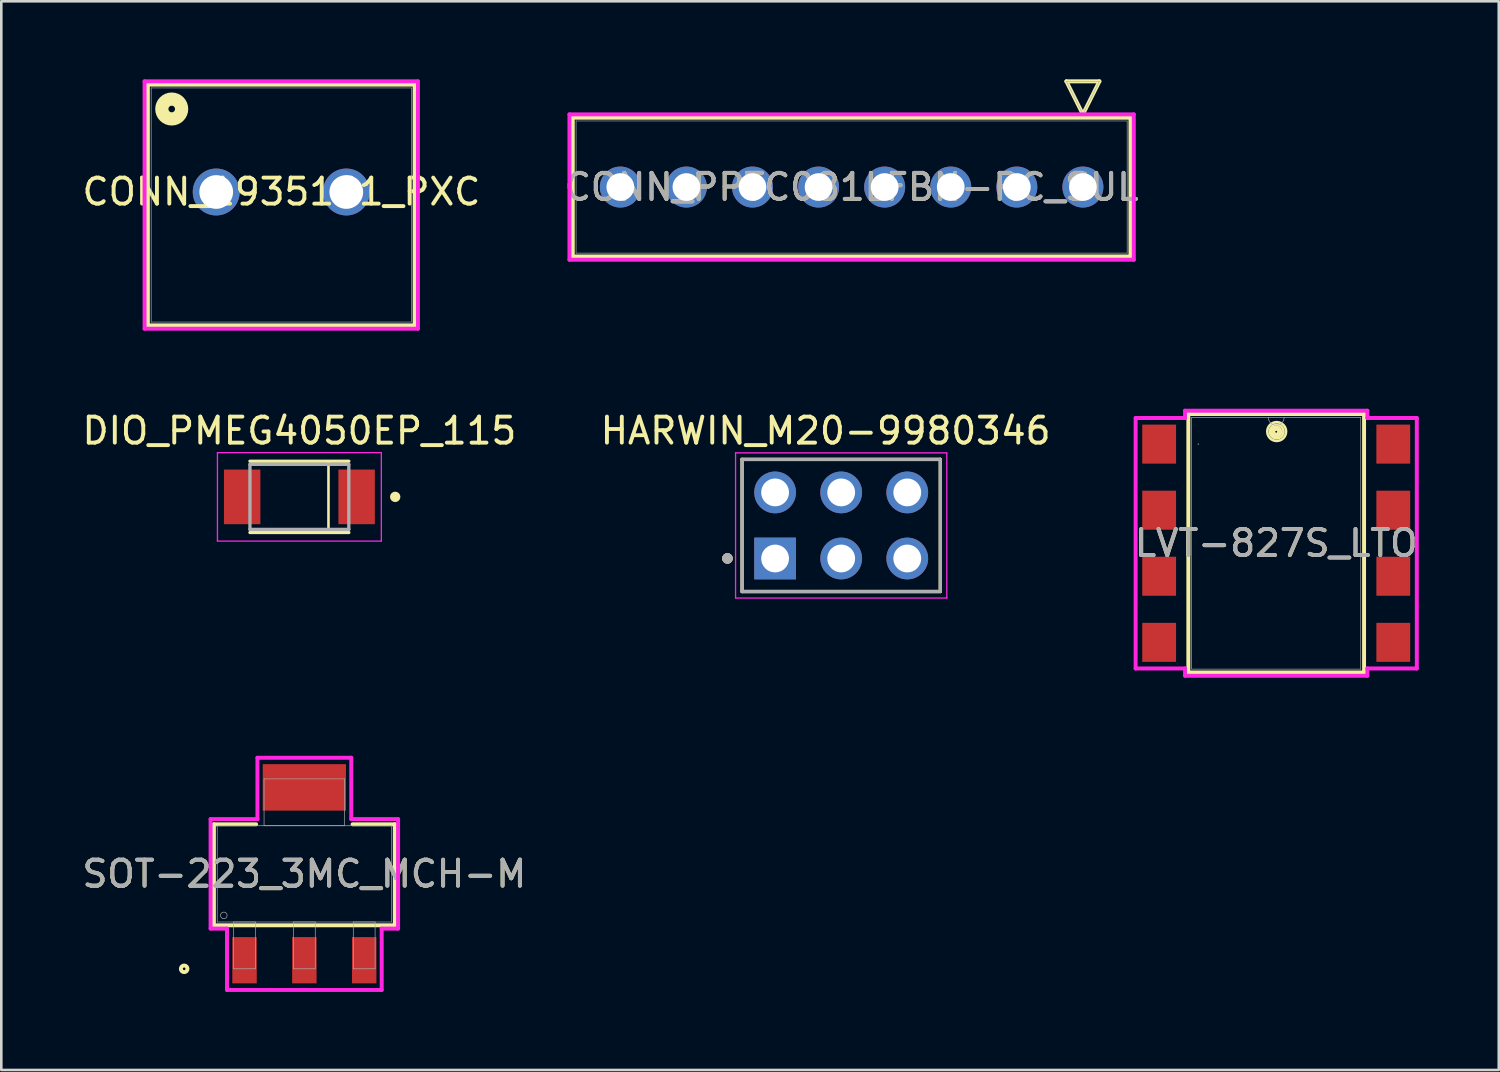
<source format=kicad_pcb>
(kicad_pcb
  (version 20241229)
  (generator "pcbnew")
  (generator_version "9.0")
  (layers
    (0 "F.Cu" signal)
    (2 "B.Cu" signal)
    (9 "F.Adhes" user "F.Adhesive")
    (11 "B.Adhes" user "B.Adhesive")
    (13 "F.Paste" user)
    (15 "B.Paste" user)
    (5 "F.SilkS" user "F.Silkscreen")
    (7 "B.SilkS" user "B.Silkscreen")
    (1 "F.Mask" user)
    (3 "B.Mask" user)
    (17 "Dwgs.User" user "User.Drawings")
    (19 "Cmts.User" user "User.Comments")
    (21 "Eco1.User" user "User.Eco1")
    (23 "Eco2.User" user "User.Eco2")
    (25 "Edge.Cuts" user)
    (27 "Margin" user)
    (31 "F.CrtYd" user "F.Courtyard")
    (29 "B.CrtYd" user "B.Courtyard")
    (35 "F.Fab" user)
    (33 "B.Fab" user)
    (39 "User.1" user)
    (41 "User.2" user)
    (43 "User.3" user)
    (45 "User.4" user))
  (footprint "CONN_PPTC081LFBN-RC_SUL"
    (layer "F.Cu")
    (at 38.575 4.14)
    (property "Reference" "CONN_PPTC081LFBN-RC_SUL" (at -8.89 0 0) (unlocked yes) (layer "F.SilkS") (effects (font (size 1 1) (thickness 0.15))))
    (attr through_hole)
    (fp_line (start -19.609 -2.667) (end -19.609 2.667) (stroke (width 0.152) (type solid)) (layer "F.SilkS"))
    (fp_line (start -19.609 2.667) (end 1.829 2.667) (stroke (width 0.152) (type solid)) (layer "F.SilkS"))
    (fp_line (start -0.635 -4.064) (end 0.635 -4.064) (stroke (width 0.152) (type solid)) (layer "F.SilkS"))
    (fp_line (start 0 -2.794) (end -0.635 -4.064) (stroke (width 0.152) (type solid)) (layer "F.SilkS"))
    (fp_line (start 0.635 -4.064) (end 0 -2.794) (stroke (width 0.152) (type solid)) (layer "F.SilkS"))
    (fp_line (start 1.829 -2.667) (end -19.609 -2.667) (stroke (width 0.152) (type solid)) (layer "F.SilkS"))
    (fp_line (start 1.829 2.667) (end 1.829 -2.667) (stroke (width 0.152) (type solid)) (layer "F.SilkS"))
    (fp_line (start -19.736 -2.794) (end -19.736 2.794) (stroke (width 0.152) (type solid)) (layer "F.CrtYd"))
    (fp_line (start -19.736 2.794) (end 1.956 2.794) (stroke (width 0.152) (type solid)) (layer "F.CrtYd"))
    (fp_line (start 1.956 -2.794) (end -19.736 -2.794) (stroke (width 0.152) (type solid)) (layer "F.CrtYd"))
    (fp_line (start 1.956 2.794) (end 1.956 -2.794) (stroke (width 0.152) (type solid)) (layer "F.CrtYd"))
    (fp_line (start -19.482 -2.54) (end -19.482 2.54) (stroke (width 0.025) (type solid)) (layer "F.Fab"))
    (fp_line (start -19.482 2.54) (end 1.702 2.54) (stroke (width 0.025) (type solid)) (layer "F.Fab"))
    (fp_line (start -0.635 -4.064) (end 0.635 -4.064) (stroke (width 0.025) (type solid)) (layer "F.Fab"))
    (fp_line (start 0 -2.794) (end -0.635 -4.064) (stroke (width 0.025) (type solid)) (layer "F.Fab"))
    (fp_line (start 0.635 -4.064) (end 0 -2.794) (stroke (width 0.025) (type solid)) (layer "F.Fab"))
    (fp_line (start 1.702 -2.54) (end -19.482 -2.54) (stroke (width 0.025) (type solid)) (layer "F.Fab"))
    (fp_line (start 1.702 2.54) (end 1.702 -2.54) (stroke (width 0.025) (type solid)) (layer "F.Fab"))
    (fp_text user "${REFERENCE}" (at -8.89 0 0) (unlocked yes) (layer "F.Fab") (effects (font (size 1 1) (thickness 0.15))))
    (pad "1" thru_hole circle (at 0 0) (size 1.575 1.575) (drill 1.067) (layers "*.Cu" "*.Mask"))
    (pad "2" thru_hole circle (at -2.54 0) (size 1.575 1.575) (drill 1.067) (layers "*.Cu" "*.Mask"))
    (pad "3" thru_hole circle (at -5.08 0) (size 1.575 1.575) (drill 1.067) (layers "*.Cu" "*.Mask"))
    (pad "4" thru_hole circle (at -7.62 0) (size 1.575 1.575) (drill 1.067) (layers "*.Cu" "*.Mask"))
    (pad "5" thru_hole circle (at -10.16 0) (size 1.575 1.575) (drill 1.067) (layers "*.Cu" "*.Mask"))
    (pad "6" thru_hole circle (at -12.7 0) (size 1.575 1.575) (drill 1.067) (layers "*.Cu" "*.Mask"))
    (pad "7" thru_hole circle (at -15.24 0) (size 1.575 1.575) (drill 1.067) (layers "*.Cu" "*.Mask"))
    (pad "8" thru_hole circle (at -17.78 0) (size 1.575 1.575) (drill 1.067) (layers "*.Cu" "*.Mask")))
  (footprint "SOT-223_3MC_MCH-M"
    (layer "F.Cu")
    (at 8.649 30.54)
    (property "Reference" "SOT-223_3MC_MCH-M" (at 0 0 0) (unlocked yes) (layer "F.SilkS") (effects (font (size 1 1) (thickness 0.15))))
    (attr smd)
    (fp_poly (pts (xy 1.626 -4.26) (xy -1.626 -4.234) (xy -1.626 -2.431) (xy 1.626 -2.456)) (stroke (width 0) (type solid)) (fill yes) (layer "F.Mask"))
    (fp_line (start -3.477 -1.905) (end -3.477 1.977) (stroke (width 0.152) (type solid)) (layer "F.SilkS"))
    (fp_line (start -3.477 1.977) (end 3.477 1.977) (stroke (width 0.152) (type solid)) (layer "F.SilkS"))
    (fp_line (start -1.854 -1.905) (end -3.477 -1.905) (stroke (width 0.152) (type solid)) (layer "F.SilkS"))
    (fp_line (start 3.477 -1.905) (end 1.854 -1.905) (stroke (width 0.152) (type solid)) (layer "F.SilkS"))
    (fp_line (start 3.477 1.977) (end 3.477 -1.905) (stroke (width 0.152) (type solid)) (layer "F.SilkS"))
    (fp_circle (center -4.62 3.65) (end -4.493 3.65) (stroke (width 0.152) (type solid)) (fill no) (layer "F.SilkS"))
    (fp_poly (pts (xy 1.6 -4.216) (xy -1.6 -4.216) (xy -1.6 -2.438) (xy 1.6 -2.438)) (stroke (width 0) (type solid)) (fill yes) (layer "F.Paste"))
    (fp_line (start -3.604 -2.104) (end -1.803 -2.104) (stroke (width 0.152) (type solid)) (layer "F.CrtYd"))
    (fp_line (start -3.604 2.104) (end -3.604 -2.104) (stroke (width 0.152) (type solid)) (layer "F.CrtYd"))
    (fp_line (start -2.973 2.104) (end -3.604 2.104) (stroke (width 0.152) (type solid)) (layer "F.CrtYd"))
    (fp_line (start -2.973 4.463) (end -2.973 2.104) (stroke (width 0.152) (type solid)) (layer "F.CrtYd"))
    (fp_line (start -1.803 -4.463) (end 1.803 -4.463) (stroke (width 0.152) (type solid)) (layer "F.CrtYd"))
    (fp_line (start -1.803 -2.104) (end -1.803 -4.463) (stroke (width 0.152) (type solid)) (layer "F.CrtYd"))
    (fp_line (start 1.803 -4.463) (end 1.803 -2.104) (stroke (width 0.152) (type solid)) (layer "F.CrtYd"))
    (fp_line (start 1.803 -2.104) (end 3.604 -2.104) (stroke (width 0.152) (type solid)) (layer "F.CrtYd"))
    (fp_line (start 2.973 2.104) (end 2.973 4.463) (stroke (width 0.152) (type solid)) (layer "F.CrtYd"))
    (fp_line (start 2.973 4.463) (end -2.973 4.463) (stroke (width 0.152) (type solid)) (layer "F.CrtYd"))
    (fp_line (start 3.604 -2.104) (end 3.604 2.104) (stroke (width 0.152) (type solid)) (layer "F.CrtYd"))
    (fp_line (start 3.604 2.104) (end 2.973 2.104) (stroke (width 0.152) (type solid)) (layer "F.CrtYd"))
    (fp_line (start -3.35 -1.85) (end -3.35 1.85) (stroke (width 0.025) (type solid)) (layer "F.Fab"))
    (fp_line (start -3.35 1.85) (end 3.35 1.85) (stroke (width 0.025) (type solid)) (layer "F.Fab"))
    (fp_line (start -2.719 1.85) (end -2.719 3.65) (stroke (width 0.025) (type solid)) (layer "F.Fab"))
    (fp_line (start -2.719 3.65) (end -1.881 3.65) (stroke (width 0.025) (type solid)) (layer "F.Fab"))
    (fp_line (start -1.881 1.85) (end -2.719 1.85) (stroke (width 0.025) (type solid)) (layer "F.Fab"))
    (fp_line (start -1.881 3.65) (end -1.881 1.85) (stroke (width 0.025) (type solid)) (layer "F.Fab"))
    (fp_line (start -1.549 -3.65) (end -1.549 -1.85) (stroke (width 0.025) (type solid)) (layer "F.Fab"))
    (fp_line (start -1.549 -1.85) (end 1.549 -1.85) (stroke (width 0.025) (type solid)) (layer "F.Fab"))
    (fp_line (start -0.419 1.85) (end -0.419 3.65) (stroke (width 0.025) (type solid)) (layer "F.Fab"))
    (fp_line (start -0.419 3.65) (end 0.419 3.65) (stroke (width 0.025) (type solid)) (layer "F.Fab"))
    (fp_line (start 0.419 1.85) (end -0.419 1.85) (stroke (width 0.025) (type solid)) (layer "F.Fab"))
    (fp_line (start 0.419 3.65) (end 0.419 1.85) (stroke (width 0.025) (type solid)) (layer "F.Fab"))
    (fp_line (start 1.549 -3.65) (end -1.549 -3.65) (stroke (width 0.025) (type solid)) (layer "F.Fab"))
    (fp_line (start 1.549 -1.85) (end 1.549 -3.65) (stroke (width 0.025) (type solid)) (layer "F.Fab"))
    (fp_line (start 1.881 1.85) (end 1.881 3.65) (stroke (width 0.025) (type solid)) (layer "F.Fab"))
    (fp_line (start 1.881 3.65) (end 2.719 3.65) (stroke (width 0.025) (type solid)) (layer "F.Fab"))
    (fp_line (start 2.719 1.85) (end 1.881 1.85) (stroke (width 0.025) (type solid)) (layer "F.Fab"))
    (fp_line (start 2.719 3.65) (end 2.719 1.85) (stroke (width 0.025) (type solid)) (layer "F.Fab"))
    (fp_line (start 3.35 -1.85) (end -3.35 -1.85) (stroke (width 0.025) (type solid)) (layer "F.Fab"))
    (fp_line (start 3.35 1.85) (end 3.35 -1.85) (stroke (width 0.025) (type solid)) (layer "F.Fab"))
    (fp_circle (center -3.096 1.596) (end -2.969 1.596) (stroke (width 0.025) (type solid)) (fill no) (layer "F.Fab"))
    (fp_text user "${REFERENCE}" (at 0 0 0) (unlocked yes) (layer "F.Fab") (effects (font (size 1 1) (thickness 0.15))))
    (pad "1" smd rect (at -2.3 3.32) (size 0.94 1.778) (layers "F.Cu" "F.Mask" "F.Paste"))
    (pad "2" smd rect (at 0 3.32) (size 0.94 1.778) (layers "F.Cu" "F.Mask" "F.Paste"))
    (pad "3" smd rect (at 2.3 3.32) (size 0.94 1.778) (layers "F.Cu" "F.Mask" "F.Paste"))
    (pad "4" smd rect (at 0 -3.324) (size 3.2 1.786) (layers "F.Cu" "F.Mask" "F.Paste")))
  (footprint "CONN_1935161_PXC"
    (layer "F.Cu")
    (at 5.268 4.322)
    (property "Reference" "CONN_1935161_PXC" (at 2.5 0 0) (unlocked yes) (layer "F.SilkS") (effects (font (size 1 1) (thickness 0.15))))
    (attr through_hole)
    (fp_line (start -2.634 -4.119) (end -2.634 5.135) (stroke (width 0.152) (type solid)) (layer "F.SilkS"))
    (fp_line (start -2.634 5.135) (end 7.62 5.135) (stroke (width 0.152) (type solid)) (layer "F.SilkS"))
    (fp_line (start 7.62 -4.119) (end -2.634 -4.119) (stroke (width 0.152) (type solid)) (layer "F.SilkS"))
    (fp_line (start 7.62 5.135) (end 7.62 -4.119) (stroke (width 0.152) (type solid)) (layer "F.SilkS"))
    (fp_circle (center -1.717 -3.182) (end -1.336 -3.182) (stroke (width 0.508) (type solid)) (fill no) (layer "F.SilkS"))
    (fp_line (start -2.761 -4.246) (end -2.761 5.262) (stroke (width 0.152) (type solid)) (layer "F.CrtYd"))
    (fp_line (start -2.761 5.262) (end 7.747 5.262) (stroke (width 0.152) (type solid)) (layer "F.CrtYd"))
    (fp_line (start 7.747 -4.246) (end -2.761 -4.246) (stroke (width 0.152) (type solid)) (layer "F.CrtYd"))
    (fp_line (start 7.747 5.262) (end 7.747 -4.246) (stroke (width 0.152) (type solid)) (layer "F.CrtYd"))
    (fp_line (start -2.507 -3.992) (end -2.507 5.008) (stroke (width 0.025) (type solid)) (layer "F.Fab"))
    (fp_line (start -2.507 5.008) (end 7.493 5.008) (stroke (width 0.025) (type solid)) (layer "F.Fab"))
    (fp_line (start 7.493 -3.992) (end -2.507 -3.992) (stroke (width 0.025) (type solid)) (layer "F.Fab"))
    (fp_line (start 7.493 5.008) (end 7.493 -3.992) (stroke (width 0.025) (type solid)) (layer "F.Fab"))
    (pad "1" thru_hole circle (at -0.007 0.008) (size 1.803 1.803) (drill 1.295) (layers "*.Cu" "*.Mask"))
    (pad "2" thru_hole circle (at 4.993 0.008) (size 1.803 1.803) (drill 1.295) (layers "*.Cu" "*.Mask")))
  (footprint "HARWIN_M20-9980346"
    (layer "F.Cu")
    (at 29.28 17.144)
    (property "Reference" "HARWIN_M20-9980346" (at -0.595 -3.635 0) (layer "F.SilkS") (effects (font (size 1 1) (thickness 0.15))))
    (attr through_hole)
    (fp_line (start -3.806 -2.536) (end 3.814 -2.536) (stroke (width 0.127) (type solid)) (layer "F.SilkS"))
    (fp_line (start -3.806 2.544) (end -3.806 -2.536) (stroke (width 0.127) (type solid)) (layer "F.SilkS"))
    (fp_line (start 3.814 -2.536) (end 3.814 2.544) (stroke (width 0.127) (type solid)) (layer "F.SilkS"))
    (fp_line (start 3.814 2.544) (end -3.806 2.544) (stroke (width 0.127) (type solid)) (layer "F.SilkS"))
    (fp_circle (center -4.37 1.27) (end -4.27 1.27) (stroke (width 0.2) (type solid)) (fill no) (layer "F.SilkS"))
    (fp_circle (center -4.366 1.274) (end -4.266 1.274) (stroke (width 0.2) (type solid)) (fill no) (layer "F.SilkS"))
    (fp_line (start -4.056 -2.786) (end -4.056 2.794) (stroke (width 0.05) (type solid)) (layer "F.CrtYd"))
    (fp_line (start -4.056 2.794) (end 4.064 2.794) (stroke (width 0.05) (type solid)) (layer "F.CrtYd"))
    (fp_line (start 4.064 -2.786) (end -4.056 -2.786) (stroke (width 0.05) (type solid)) (layer "F.CrtYd"))
    (fp_line (start 4.064 2.794) (end 4.064 -2.786) (stroke (width 0.05) (type solid)) (layer "F.CrtYd"))
    (fp_line (start -3.806 -2.536) (end 3.814 -2.536) (stroke (width 0.127) (type solid)) (layer "F.Fab"))
    (fp_line (start -3.806 2.544) (end -3.806 -2.536) (stroke (width 0.127) (type solid)) (layer "F.Fab"))
    (fp_line (start 3.814 -2.536) (end 3.814 2.544) (stroke (width 0.127) (type solid)) (layer "F.Fab"))
    (fp_line (start 3.814 2.544) (end -3.806 2.544) (stroke (width 0.127) (type solid)) (layer "F.Fab"))
    (fp_circle (center -4.37 1.27) (end -4.27 1.27) (stroke (width 0.2) (type solid)) (fill no) (layer "F.Fab"))
    (fp_circle (center -4.366 1.274) (end -4.266 1.274) (stroke (width 0.2) (type solid)) (fill no) (layer "F.Fab"))
    (pad "1" thru_hole rect (at -2.536 1.274) (size 1.605 1.605) (drill 1.07) (layers "*.Cu" "*.Mask"))
    (pad "2" thru_hole circle (at 0.004 1.274) (size 1.605 1.605) (drill 1.07) (layers "*.Cu" "*.Mask"))
    (pad "3" thru_hole circle (at 2.544 1.274) (size 1.605 1.605) (drill 1.07) (layers "*.Cu" "*.Mask"))
    (pad "4" thru_hole circle (at 2.544 -1.266) (size 1.605 1.605) (drill 1.07) (layers "*.Cu" "*.Mask"))
    (pad "5" thru_hole circle (at 0.004 -1.266) (size 1.605 1.605) (drill 1.07) (layers "*.Cu" "*.Mask"))
    (pad "6" thru_hole circle (at -2.536 -1.266) (size 1.605 1.605) (drill 1.07) (layers "*.Cu" "*.Mask")))
  (footprint "DIO_PMEG4050EP_115"
    (layer "F.Cu")
    (at 8.458 16.049)
    (property "Reference" "DIO_PMEG4050EP_115" (at 0 -2.54 0) (layer "F.SilkS") (effects (font (size 1 1) (thickness 0.15))))
    (attr smd)
    (fp_poly (pts (xy -2.9 -1.05) (xy -1.5 -1.05) (xy -1.5 1.05) (xy -2.9 1.05)) (stroke (width 0.01) (type solid)) (fill yes) (layer "F.Mask"))
    (fp_poly (pts (xy 1.5 -1.05) (xy 2.9 -1.05) (xy 2.9 1.05) (xy 1.5 1.05)) (stroke (width 0.01) (type solid)) (fill yes) (layer "F.Mask"))
    (fp_line (start -1.9 -1.37) (end 1.9 -1.37) (stroke (width 0.127) (type solid)) (layer "F.SilkS"))
    (fp_line (start 1.118 -1.359) (end 1.118 1.359) (stroke (width 0.1) (type default)) (layer "F.SilkS"))
    (fp_line (start 1.9 1.37) (end -1.9 1.37) (stroke (width 0.127) (type solid)) (layer "F.SilkS"))
    (fp_circle (center 3.683 0) (end 3.783 0) (stroke (width 0.2) (type solid)) (fill no) (layer "F.SilkS"))
    (fp_poly (pts (xy -2.8 -0.95) (xy -1.6 -0.95) (xy -1.6 0.95) (xy -2.8 0.95)) (stroke (width 0.01) (type solid)) (fill yes) (layer "F.Paste"))
    (fp_poly (pts (xy 1.6 -0.95) (xy 2.8 -0.95) (xy 2.8 0.95) (xy 1.6 0.95)) (stroke (width 0.01) (type solid)) (fill yes) (layer "F.Paste"))
    (fp_line (start -3.15 -1.7) (end 3.15 -1.7) (stroke (width 0.05) (type solid)) (layer "F.CrtYd"))
    (fp_line (start -3.15 1.7) (end -3.15 -1.7) (stroke (width 0.05) (type solid)) (layer "F.CrtYd"))
    (fp_line (start 3.15 -1.7) (end 3.15 1.7) (stroke (width 0.05) (type solid)) (layer "F.CrtYd"))
    (fp_line (start 3.15 1.7) (end -3.15 1.7) (stroke (width 0.05) (type solid)) (layer "F.CrtYd"))
    (fp_line (start -1.9 -1.25) (end 1.9 -1.25) (stroke (width 0.127) (type solid)) (layer "F.Fab"))
    (fp_line (start -1.9 1.25) (end -1.9 -1.25) (stroke (width 0.127) (type solid)) (layer "F.Fab"))
    (fp_line (start 1.9 -1.25) (end 1.9 1.25) (stroke (width 0.127) (type solid)) (layer "F.Fab"))
    (fp_line (start 1.9 1.25) (end -1.9 1.25) (stroke (width 0.127) (type solid)) (layer "F.Fab"))
    (pad "1" smd rect (at 2.2 0) (size 1.4 2.1) (layers "F.Cu"))
    (pad "2" smd rect (at -2.2 0) (size 1.4 2.1) (layers "F.Cu")))
  (footprint "LVT-827S_LTO"
    (layer "F.Cu")
    (at 46.006 17.831)
    (property "Reference" "LVT-827S_LTO" (at 0 0 0) (unlocked yes) (layer "F.SilkS") (effects (font (size 1 1) (thickness 0.15))))
    (attr smd)
    (fp_line (start -3.377 -4.967) (end -3.377 4.967) (stroke (width 0.152) (type solid)) (layer "F.SilkS"))
    (fp_line (start -3.377 4.967) (end 3.377 4.967) (stroke (width 0.152) (type solid)) (layer "F.SilkS"))
    (fp_line (start 3.377 -4.967) (end -3.377 -4.967) (stroke (width 0.152) (type solid)) (layer "F.SilkS"))
    (fp_line (start 3.377 4.967) (end 3.377 -4.967) (stroke (width 0.152) (type solid)) (layer "F.SilkS"))
    (fp_circle (center 0 -4.285) (end 0.025 -4.26) (stroke (width 0.1) (type default)) (fill no) (layer "F.SilkS"))
    (fp_circle (center 0 -4.285) (end 0.102 -4.336) (stroke (width 0.1) (type default)) (fill no) (layer "F.SilkS"))
    (fp_circle (center 0 -4.285) (end 0.152 -4.387) (stroke (width 0.1) (type default)) (fill no) (layer "F.SilkS"))
    (fp_circle (center 0.018 -4.293) (end 0.246 -4.166) (stroke (width 0.1) (type default)) (fill no) (layer "F.SilkS"))
    (fp_circle (center 0.018 -4.293) (end 0.356 -4.42) (stroke (width 0.1) (type default)) (fill no) (layer "F.SilkS"))
    (fp_line (start -5.404 -4.814) (end -3.504 -4.814) (stroke (width 0.152) (type solid)) (layer "F.CrtYd"))
    (fp_line (start -5.404 4.814) (end -5.404 -4.814) (stroke (width 0.152) (type solid)) (layer "F.CrtYd"))
    (fp_line (start -5.404 4.814) (end -3.504 4.814) (stroke (width 0.152) (type solid)) (layer "F.CrtYd"))
    (fp_line (start -3.504 -5.094) (end 3.504 -5.094) (stroke (width 0.152) (type solid)) (layer "F.CrtYd"))
    (fp_line (start -3.504 -4.814) (end -3.504 -5.094) (stroke (width 0.152) (type solid)) (layer "F.CrtYd"))
    (fp_line (start -3.504 5.094) (end -3.504 4.814) (stroke (width 0.152) (type solid)) (layer "F.CrtYd"))
    (fp_line (start 3.504 -5.094) (end 3.504 -4.814) (stroke (width 0.152) (type solid)) (layer "F.CrtYd"))
    (fp_line (start 3.504 4.814) (end 3.504 5.094) (stroke (width 0.152) (type solid)) (layer "F.CrtYd"))
    (fp_line (start 3.504 5.094) (end -3.504 5.094) (stroke (width 0.152) (type solid)) (layer "F.CrtYd"))
    (fp_line (start 5.404 -4.814) (end 3.504 -4.814) (stroke (width 0.152) (type solid)) (layer "F.CrtYd"))
    (fp_line (start 5.404 -4.814) (end 5.404 4.814) (stroke (width 0.152) (type solid)) (layer "F.CrtYd"))
    (fp_line (start 5.404 4.814) (end 3.504 4.814) (stroke (width 0.152) (type solid)) (layer "F.CrtYd"))
    (fp_line (start -3.25 -4.84) (end -3.25 4.84) (stroke (width 0.025) (type solid)) (layer "F.Fab"))
    (fp_line (start -3.25 4.84) (end 3.25 4.84) (stroke (width 0.025) (type solid)) (layer "F.Fab"))
    (fp_line (start 3.25 -4.84) (end -3.25 -4.84) (stroke (width 0.025) (type solid)) (layer "F.Fab"))
    (fp_line (start 3.25 4.84) (end 3.25 -4.84) (stroke (width 0.025) (type solid)) (layer "F.Fab"))
    (fp_arc (start 0.3048 -4.84) (mid 0 -4.5352) (end -0.3048 -4.84) (stroke (width 0.0254) (type solid)) (layer "F.Fab"))
    (fp_circle (center -2.996 -3.81) (end -2.996 -3.81) (stroke (width 0.025) (type solid)) (fill no) (layer "F.Fab"))
    (fp_text user "${REFERENCE}" (at 0 0 0) (unlocked yes) (layer "F.Fab") (effects (font (size 1 1) (thickness 0.15))))
    (pad "1" smd rect (at -4.5 -3.81) (size 1.3 1.5) (layers "F.Cu" "F.Mask" "F.Paste"))
    (pad "2" smd rect (at -4.5 -1.27) (size 1.3 1.5) (layers "F.Cu" "F.Mask" "F.Paste"))
    (pad "3" smd rect (at -4.5 1.27) (size 1.3 1.5) (layers "F.Cu" "F.Mask" "F.Paste"))
    (pad "4" smd rect (at -4.5 3.81) (size 1.3 1.5) (layers "F.Cu" "F.Mask" "F.Paste"))
    (pad "5" smd rect (at 4.5 3.81) (size 1.3 1.5) (layers "F.Cu" "F.Mask" "F.Paste"))
    (pad "6" smd rect (at 4.5 1.27) (size 1.3 1.5) (layers "F.Cu" "F.Mask" "F.Paste"))
    (pad "7" smd rect (at 4.5 -1.27) (size 1.3 1.5) (layers "F.Cu" "F.Mask" "F.Paste"))
    (pad "8" smd rect (at 4.5 -3.81) (size 1.3 1.5) (layers "F.Cu" "F.Mask" "F.Paste")))
  (gr_rect
    (start -3 -3)
    (end 54.56 38.079)
    (stroke (width 0.1) (type default))
    (fill no)
    (layer "Edge.Cuts")))
</source>
